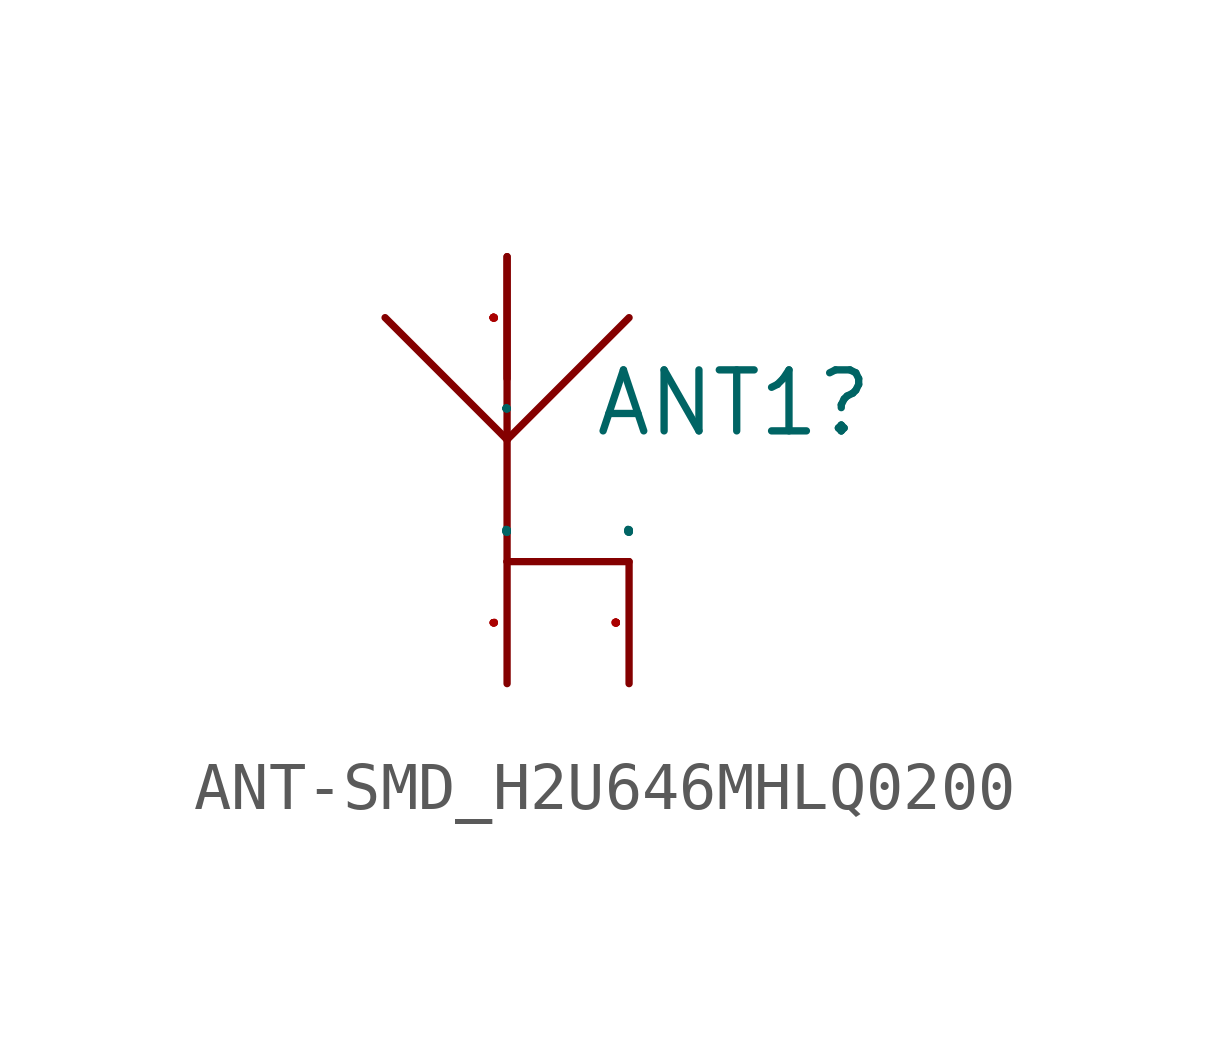
<source format=kicad_sym>
(kicad_symbol_lib
  (version 20241209)
  (generator "kicad_symbol_editor")
  (generator_version "9.0")
  (symbol "ANT-SMD_H2U646MHLQ0200"
    (property "Reference" "ANT1"
      (at 1.778 2.032 0)
      (effects (font (size 1.27 1.27)) (justify left)))
    (property "Dropout Voltage" ""
      (at 0 0 0)
      (effects (font (size 1.27 1.27))))
    (property "Feature" ""
      (at 0 0 0)
      (effects (font (size 1.27 1.27))))
    (property "Maximum Input Voltage" ""
      (at 0 0 0)
      (effects (font (size 1.27 1.27))))
    (property "Number Of Outputs" ""
      (at 0 0 0)
      (effects (font (size 1.27 1.27))))
    (property "Output Current" ""
      (at 0 0 0)
      (effects (font (size 1.27 1.27))))
    (property "Output Polarity" ""
      (at 0 0 0)
      (effects (font (size 1.27 1.27))))
    (property "Output Type" ""
      (at 0 0 0)
      (effects (font (size 1.27 1.27))))
    (property "Output Voltage" ""
      (at 0 0 0)
      (effects (font (size 1.27 1.27))))
    (symbol "ANT-SMD_H2U646MHLQ0200_0_1"
      (polyline (pts (xy 0 -1.27) (xy 2.54 -1.27)) (stroke (width 0) (type default)) (fill (type none))))
    (symbol "ANT-SMD_H2U646MHLQ0200_1_0"
      (polyline (pts (xy 0 1.27) (xy -2.54 3.81)) (stroke (width 0) (type default)) (fill (type none)))
      (polyline (pts (xy 0 1.27) (xy 0 5.08)) (stroke (width 0) (type default)) (fill (type none)))
      (polyline (pts (xy 0 1.27) (xy 0 -1.27)) (stroke (width 0) (type default)) (fill (type none)))
      (polyline (pts (xy 2.54 3.81) (xy 0 1.27)) (stroke (width 0) (type default)) (fill (type none)))
      (pin unspecified line (at 0 5.08 270) (length 2.54) (name "2" (effects (font (size 0.025 0.025)))) (number "2" (effects (font (size 0.025 0.025)))))
      (pin unspecified line (at 0 -3.81 90) (length 2.54) (name "ANT" (effects (font (size 0.025 0.025)))) (number "1" (effects (font (size 0.025 0.025)))))
      (pin unspecified line (at 2.54 -3.81 90) (length 2.54) (name "ANT" (effects (font (size 0.025 0.025)))) (number "3" (effects (font (size 0.025 0.025))))))))
</source>
